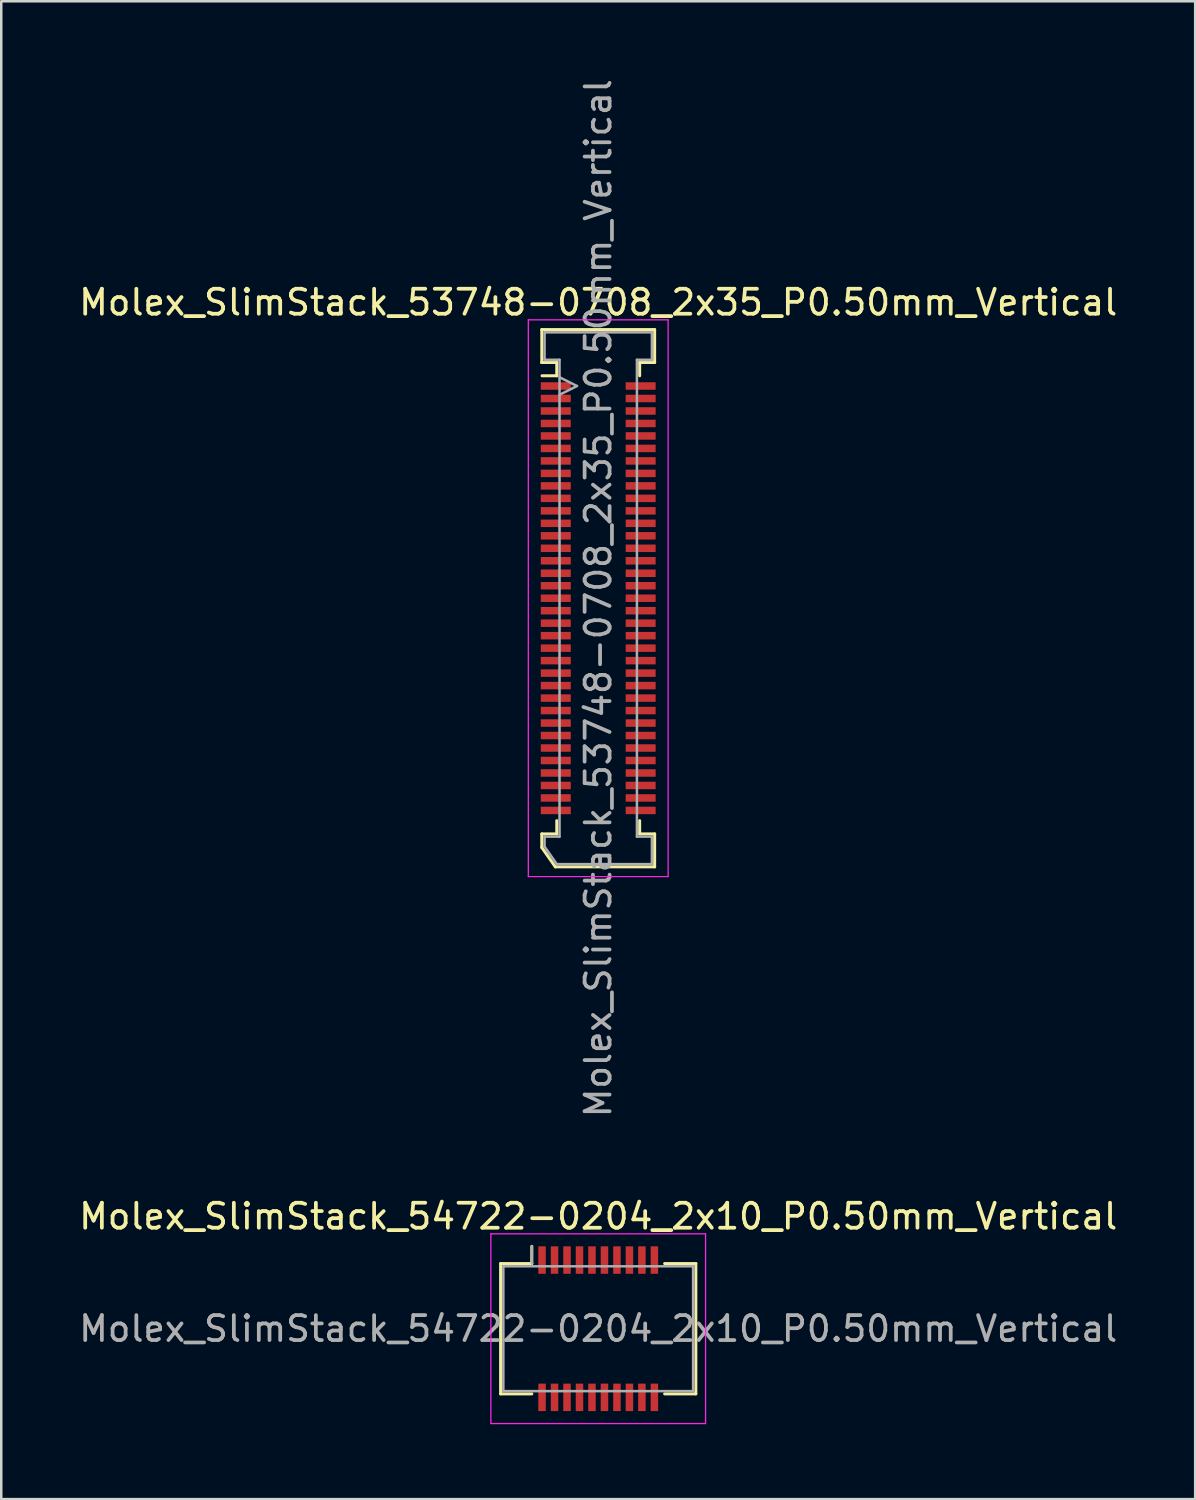
<source format=kicad_pcb>
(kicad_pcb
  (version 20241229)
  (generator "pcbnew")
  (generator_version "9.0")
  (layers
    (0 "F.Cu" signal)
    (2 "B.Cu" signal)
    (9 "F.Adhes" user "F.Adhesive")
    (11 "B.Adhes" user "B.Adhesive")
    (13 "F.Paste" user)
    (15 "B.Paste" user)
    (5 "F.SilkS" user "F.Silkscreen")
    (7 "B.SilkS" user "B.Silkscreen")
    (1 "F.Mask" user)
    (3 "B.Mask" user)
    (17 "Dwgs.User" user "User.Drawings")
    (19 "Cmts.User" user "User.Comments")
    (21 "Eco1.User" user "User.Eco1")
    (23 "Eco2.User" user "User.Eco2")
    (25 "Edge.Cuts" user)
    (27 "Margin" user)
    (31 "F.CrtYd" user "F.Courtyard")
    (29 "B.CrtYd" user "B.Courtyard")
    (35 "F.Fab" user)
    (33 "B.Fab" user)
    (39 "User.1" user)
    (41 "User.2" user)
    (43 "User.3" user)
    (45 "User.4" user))
  (footprint "Molex_SlimStack_53748-0708_2x35_P0.50mm_Vertical"
    (layer "F.Cu")
    (at 20.911 20.911)
    (property "Reference" "Molex_SlimStack_53748-0708_2x35_P0.50mm_Vertical" (at 0 -11.85 0) (layer "F.SilkS") (effects (font (size 1 1) (thickness 0.15))))
    (attr smd)
    (fp_line (start -2.26 -10.76) (end -2.26 -9.44) (stroke (width 0.12) (type solid)) (layer "F.SilkS"))
    (fp_line (start -2.26 -9.44) (end -2.26 -9.44) (stroke (width 0.12) (type solid)) (layer "F.SilkS"))
    (fp_line (start -2.26 -9.44) (end -1.66 -9.44) (stroke (width 0.12) (type solid)) (layer "F.SilkS"))
    (fp_line (start -2.26 9.44) (end -1.66 9.44) (stroke (width 0.12) (type solid)) (layer "F.SilkS"))
    (fp_line (start -2.26 9.985) (end -2.26 9.44) (stroke (width 0.12) (type solid)) (layer "F.SilkS"))
    (fp_line (start -1.717 10.76) (end -2.26 9.985) (stroke (width 0.12) (type solid)) (layer "F.SilkS"))
    (fp_line (start -1.66 -9.44) (end -1.66 -8.91) (stroke (width 0.12) (type solid)) (layer "F.SilkS"))
    (fp_line (start -1.66 -8.91) (end -2.25 -8.91) (stroke (width 0.12) (type solid)) (layer "F.SilkS"))
    (fp_line (start -1.66 9.44) (end -1.66 8.91) (stroke (width 0.12) (type solid)) (layer "F.SilkS"))
    (fp_line (start 1.66 -9.44) (end 2.26 -9.44) (stroke (width 0.12) (type solid)) (layer "F.SilkS"))
    (fp_line (start 1.66 -8.91) (end 1.66 -9.44) (stroke (width 0.12) (type solid)) (layer "F.SilkS"))
    (fp_line (start 1.66 8.91) (end 1.66 9.44) (stroke (width 0.12) (type solid)) (layer "F.SilkS"))
    (fp_line (start 1.66 9.44) (end 2.26 9.44) (stroke (width 0.12) (type solid)) (layer "F.SilkS"))
    (fp_line (start 2.26 -10.76) (end -2.26 -10.76) (stroke (width 0.12) (type solid)) (layer "F.SilkS"))
    (fp_line (start 2.26 -9.44) (end 2.26 -10.76) (stroke (width 0.12) (type solid)) (layer "F.SilkS"))
    (fp_line (start 2.26 9.44) (end 2.26 10.76) (stroke (width 0.12) (type solid)) (layer "F.SilkS"))
    (fp_line (start 2.26 10.76) (end -1.717 10.76) (stroke (width 0.12) (type solid)) (layer "F.SilkS"))
    (fp_line (start -2.8 -11.15) (end -2.8 11.15) (stroke (width 0.05) (type solid)) (layer "F.CrtYd"))
    (fp_line (start -2.8 11.15) (end 2.8 11.15) (stroke (width 0.05) (type solid)) (layer "F.CrtYd"))
    (fp_line (start 2.8 -11.15) (end -2.8 -11.15) (stroke (width 0.05) (type solid)) (layer "F.CrtYd"))
    (fp_line (start 2.8 11.15) (end 2.8 -11.15) (stroke (width 0.05) (type solid)) (layer "F.CrtYd"))
    (fp_line (start -2.15 -10.65) (end -2.15 -9.55) (stroke (width 0.1) (type solid)) (layer "F.Fab"))
    (fp_line (start -2.15 -9.55) (end -1.55 -9.55) (stroke (width 0.1) (type solid)) (layer "F.Fab"))
    (fp_line (start -2.15 9.55) (end -2.15 9.95) (stroke (width 0.1) (type solid)) (layer "F.Fab"))
    (fp_line (start -2.15 9.95) (end -1.66 10.65) (stroke (width 0.1) (type solid)) (layer "F.Fab"))
    (fp_line (start -1.66 10.65) (end 2.15 10.65) (stroke (width 0.1) (type solid)) (layer "F.Fab"))
    (fp_line (start -1.55 -9.55) (end -1.55 9.55) (stroke (width 0.1) (type solid)) (layer "F.Fab"))
    (fp_line (start -1.55 9.55) (end -2.15 9.55) (stroke (width 0.1) (type solid)) (layer "F.Fab"))
    (fp_line (start -0.85 -8.5) (end -1.55 -8.85) (stroke (width 0.1) (type solid)) (layer "F.Fab"))
    (fp_line (start -0.85 -8.5) (end -1.55 -8.15) (stroke (width 0.1) (type solid)) (layer "F.Fab"))
    (fp_line (start 1.55 -9.55) (end 2.15 -9.55) (stroke (width 0.1) (type solid)) (layer "F.Fab"))
    (fp_line (start 1.55 9.55) (end 1.55 -9.55) (stroke (width 0.1) (type solid)) (layer "F.Fab"))
    (fp_line (start 2.15 -10.65) (end -2.15 -10.65) (stroke (width 0.1) (type solid)) (layer "F.Fab"))
    (fp_line (start 2.15 -9.55) (end 2.15 -10.65) (stroke (width 0.1) (type solid)) (layer "F.Fab"))
    (fp_line (start 2.15 9.55) (end 1.55 9.55) (stroke (width 0.1) (type solid)) (layer "F.Fab"))
    (fp_line (start 2.15 10.65) (end 2.15 9.55) (stroke (width 0.1) (type solid)) (layer "F.Fab"))
    (fp_text user "${REFERENCE}" (at 0 0 90) (layer "F.Fab") (effects (font (size 1 1) (thickness 0.15))))
    (pad "1" smd rect (at -1.7 -8.5) (size 1.2 0.3) (layers "F.Cu" "F.Mask" "F.Paste"))
    (pad "2" smd rect (at 1.7 -8.5) (size 1.2 0.3) (layers "F.Cu" "F.Mask" "F.Paste"))
    (pad "3" smd rect (at -1.7 -8) (size 1.2 0.3) (layers "F.Cu" "F.Mask" "F.Paste"))
    (pad "4" smd rect (at 1.7 -8) (size 1.2 0.3) (layers "F.Cu" "F.Mask" "F.Paste"))
    (pad "5" smd rect (at -1.7 -7.5) (size 1.2 0.3) (layers "F.Cu" "F.Mask" "F.Paste"))
    (pad "6" smd rect (at 1.7 -7.5) (size 1.2 0.3) (layers "F.Cu" "F.Mask" "F.Paste"))
    (pad "7" smd rect (at -1.7 -7) (size 1.2 0.3) (layers "F.Cu" "F.Mask" "F.Paste"))
    (pad "8" smd rect (at 1.7 -7) (size 1.2 0.3) (layers "F.Cu" "F.Mask" "F.Paste"))
    (pad "9" smd rect (at -1.7 -6.5) (size 1.2 0.3) (layers "F.Cu" "F.Mask" "F.Paste"))
    (pad "10" smd rect (at 1.7 -6.5) (size 1.2 0.3) (layers "F.Cu" "F.Mask" "F.Paste"))
    (pad "11" smd rect (at -1.7 -6) (size 1.2 0.3) (layers "F.Cu" "F.Mask" "F.Paste"))
    (pad "12" smd rect (at 1.7 -6) (size 1.2 0.3) (layers "F.Cu" "F.Mask" "F.Paste"))
    (pad "13" smd rect (at -1.7 -5.5) (size 1.2 0.3) (layers "F.Cu" "F.Mask" "F.Paste"))
    (pad "14" smd rect (at 1.7 -5.5) (size 1.2 0.3) (layers "F.Cu" "F.Mask" "F.Paste"))
    (pad "15" smd rect (at -1.7 -5) (size 1.2 0.3) (layers "F.Cu" "F.Mask" "F.Paste"))
    (pad "16" smd rect (at 1.7 -5) (size 1.2 0.3) (layers "F.Cu" "F.Mask" "F.Paste"))
    (pad "17" smd rect (at -1.7 -4.5) (size 1.2 0.3) (layers "F.Cu" "F.Mask" "F.Paste"))
    (pad "18" smd rect (at 1.7 -4.5) (size 1.2 0.3) (layers "F.Cu" "F.Mask" "F.Paste"))
    (pad "19" smd rect (at -1.7 -4) (size 1.2 0.3) (layers "F.Cu" "F.Mask" "F.Paste"))
    (pad "20" smd rect (at 1.7 -4) (size 1.2 0.3) (layers "F.Cu" "F.Mask" "F.Paste"))
    (pad "21" smd rect (at -1.7 -3.5) (size 1.2 0.3) (layers "F.Cu" "F.Mask" "F.Paste"))
    (pad "22" smd rect (at 1.7 -3.5) (size 1.2 0.3) (layers "F.Cu" "F.Mask" "F.Paste"))
    (pad "23" smd rect (at -1.7 -3) (size 1.2 0.3) (layers "F.Cu" "F.Mask" "F.Paste"))
    (pad "24" smd rect (at 1.7 -3) (size 1.2 0.3) (layers "F.Cu" "F.Mask" "F.Paste"))
    (pad "25" smd rect (at -1.7 -2.5) (size 1.2 0.3) (layers "F.Cu" "F.Mask" "F.Paste"))
    (pad "26" smd rect (at 1.7 -2.5) (size 1.2 0.3) (layers "F.Cu" "F.Mask" "F.Paste"))
    (pad "27" smd rect (at -1.7 -2) (size 1.2 0.3) (layers "F.Cu" "F.Mask" "F.Paste"))
    (pad "28" smd rect (at 1.7 -2) (size 1.2 0.3) (layers "F.Cu" "F.Mask" "F.Paste"))
    (pad "29" smd rect (at -1.7 -1.5) (size 1.2 0.3) (layers "F.Cu" "F.Mask" "F.Paste"))
    (pad "30" smd rect (at 1.7 -1.5) (size 1.2 0.3) (layers "F.Cu" "F.Mask" "F.Paste"))
    (pad "31" smd rect (at -1.7 -1) (size 1.2 0.3) (layers "F.Cu" "F.Mask" "F.Paste"))
    (pad "32" smd rect (at 1.7 -1) (size 1.2 0.3) (layers "F.Cu" "F.Mask" "F.Paste"))
    (pad "33" smd rect (at -1.7 -0.5) (size 1.2 0.3) (layers "F.Cu" "F.Mask" "F.Paste"))
    (pad "34" smd rect (at 1.7 -0.5) (size 1.2 0.3) (layers "F.Cu" "F.Mask" "F.Paste"))
    (pad "35" smd rect (at -1.7 0) (size 1.2 0.3) (layers "F.Cu" "F.Mask" "F.Paste"))
    (pad "36" smd rect (at 1.7 0) (size 1.2 0.3) (layers "F.Cu" "F.Mask" "F.Paste"))
    (pad "37" smd rect (at -1.7 0.5) (size 1.2 0.3) (layers "F.Cu" "F.Mask" "F.Paste"))
    (pad "38" smd rect (at 1.7 0.5) (size 1.2 0.3) (layers "F.Cu" "F.Mask" "F.Paste"))
    (pad "39" smd rect (at -1.7 1) (size 1.2 0.3) (layers "F.Cu" "F.Mask" "F.Paste"))
    (pad "40" smd rect (at 1.7 1) (size 1.2 0.3) (layers "F.Cu" "F.Mask" "F.Paste"))
    (pad "41" smd rect (at -1.7 1.5) (size 1.2 0.3) (layers "F.Cu" "F.Mask" "F.Paste"))
    (pad "42" smd rect (at 1.7 1.5) (size 1.2 0.3) (layers "F.Cu" "F.Mask" "F.Paste"))
    (pad "43" smd rect (at -1.7 2) (size 1.2 0.3) (layers "F.Cu" "F.Mask" "F.Paste"))
    (pad "44" smd rect (at 1.7 2) (size 1.2 0.3) (layers "F.Cu" "F.Mask" "F.Paste"))
    (pad "45" smd rect (at -1.7 2.5) (size 1.2 0.3) (layers "F.Cu" "F.Mask" "F.Paste"))
    (pad "46" smd rect (at 1.7 2.5) (size 1.2 0.3) (layers "F.Cu" "F.Mask" "F.Paste"))
    (pad "47" smd rect (at -1.7 3) (size 1.2 0.3) (layers "F.Cu" "F.Mask" "F.Paste"))
    (pad "48" smd rect (at 1.7 3) (size 1.2 0.3) (layers "F.Cu" "F.Mask" "F.Paste"))
    (pad "49" smd rect (at -1.7 3.5) (size 1.2 0.3) (layers "F.Cu" "F.Mask" "F.Paste"))
    (pad "50" smd rect (at 1.7 3.5) (size 1.2 0.3) (layers "F.Cu" "F.Mask" "F.Paste"))
    (pad "51" smd rect (at -1.7 4) (size 1.2 0.3) (layers "F.Cu" "F.Mask" "F.Paste"))
    (pad "52" smd rect (at 1.7 4) (size 1.2 0.3) (layers "F.Cu" "F.Mask" "F.Paste"))
    (pad "53" smd rect (at -1.7 4.5) (size 1.2 0.3) (layers "F.Cu" "F.Mask" "F.Paste"))
    (pad "54" smd rect (at 1.7 4.5) (size 1.2 0.3) (layers "F.Cu" "F.Mask" "F.Paste"))
    (pad "55" smd rect (at -1.7 5) (size 1.2 0.3) (layers "F.Cu" "F.Mask" "F.Paste"))
    (pad "56" smd rect (at 1.7 5) (size 1.2 0.3) (layers "F.Cu" "F.Mask" "F.Paste"))
    (pad "57" smd rect (at -1.7 5.5) (size 1.2 0.3) (layers "F.Cu" "F.Mask" "F.Paste"))
    (pad "58" smd rect (at 1.7 5.5) (size 1.2 0.3) (layers "F.Cu" "F.Mask" "F.Paste"))
    (pad "59" smd rect (at -1.7 6) (size 1.2 0.3) (layers "F.Cu" "F.Mask" "F.Paste"))
    (pad "60" smd rect (at 1.7 6) (size 1.2 0.3) (layers "F.Cu" "F.Mask" "F.Paste"))
    (pad "61" smd rect (at -1.7 6.5) (size 1.2 0.3) (layers "F.Cu" "F.Mask" "F.Paste"))
    (pad "62" smd rect (at 1.7 6.5) (size 1.2 0.3) (layers "F.Cu" "F.Mask" "F.Paste"))
    (pad "63" smd rect (at -1.7 7) (size 1.2 0.3) (layers "F.Cu" "F.Mask" "F.Paste"))
    (pad "64" smd rect (at 1.7 7) (size 1.2 0.3) (layers "F.Cu" "F.Mask" "F.Paste"))
    (pad "65" smd rect (at -1.7 7.5) (size 1.2 0.3) (layers "F.Cu" "F.Mask" "F.Paste"))
    (pad "66" smd rect (at 1.7 7.5) (size 1.2 0.3) (layers "F.Cu" "F.Mask" "F.Paste"))
    (pad "67" smd rect (at -1.7 8) (size 1.2 0.3) (layers "F.Cu" "F.Mask" "F.Paste"))
    (pad "68" smd rect (at 1.7 8) (size 1.2 0.3) (layers "F.Cu" "F.Mask" "F.Paste"))
    (pad "69" smd rect (at -1.7 8.5) (size 1.2 0.3) (layers "F.Cu" "F.Mask" "F.Paste"))
    (pad "70" smd rect (at 1.7 8.5) (size 1.2 0.3) (layers "F.Cu" "F.Mask" "F.Paste")))
  (footprint "Molex_SlimStack_54722-0204_2x10_P0.50mm_Vertical"
    (layer "F.Cu")
    (at 20.911 50.17)
    (property "Reference" "Molex_SlimStack_54722-0204_2x10_P0.50mm_Vertical" (at 0 -4.5 0) (layer "F.SilkS") (effects (font (size 1 1) (thickness 0.15))))
    (attr smd)
    (fp_line (start -3.91 -2.61) (end -2.66 -2.61) (stroke (width 0.12) (type solid)) (layer "F.SilkS"))
    (fp_line (start -3.91 2.61) (end -3.91 -2.61) (stroke (width 0.12) (type solid)) (layer "F.SilkS"))
    (fp_line (start -2.66 -2.61) (end -2.66 -3.3) (stroke (width 0.12) (type solid)) (layer "F.SilkS"))
    (fp_line (start -2.66 2.61) (end -3.91 2.61) (stroke (width 0.12) (type solid)) (layer "F.SilkS"))
    (fp_line (start 2.66 2.61) (end 3.91 2.61) (stroke (width 0.12) (type solid)) (layer "F.SilkS"))
    (fp_line (start 3.91 -2.61) (end 2.66 -2.61) (stroke (width 0.12) (type solid)) (layer "F.SilkS"))
    (fp_line (start 3.91 2.61) (end 3.91 -2.61) (stroke (width 0.12) (type solid)) (layer "F.SilkS"))
    (fp_line (start -4.3 -3.8) (end -4.3 3.8) (stroke (width 0.05) (type solid)) (layer "F.CrtYd"))
    (fp_line (start -4.3 3.8) (end 4.3 3.8) (stroke (width 0.05) (type solid)) (layer "F.CrtYd"))
    (fp_line (start 4.3 -3.8) (end -4.3 -3.8) (stroke (width 0.05) (type solid)) (layer "F.CrtYd"))
    (fp_line (start 4.3 3.8) (end 4.3 -3.8) (stroke (width 0.05) (type solid)) (layer "F.CrtYd"))
    (fp_line (start -3.8 -2.5) (end -3.8 2.5) (stroke (width 0.1) (type solid)) (layer "F.Fab"))
    (fp_line (start -3.8 2.5) (end 3.8 2.5) (stroke (width 0.1) (type solid)) (layer "F.Fab"))
    (fp_line (start -2.66 -2.61) (end -2.66 -3.3) (stroke (width 0.1) (type solid)) (layer "F.Fab"))
    (fp_line (start 3.8 -2.5) (end -3.8 -2.5) (stroke (width 0.1) (type solid)) (layer "F.Fab"))
    (fp_line (start 3.8 2.5) (end 3.8 -2.5) (stroke (width 0.1) (type solid)) (layer "F.Fab"))
    (fp_text user "${REFERENCE}" (at 0 0 0) (layer "F.Fab") (effects (font (size 1 1) (thickness 0.15))))
    (pad "1" smd rect (at -2.25 -2.75) (size 0.3 1.1) (layers "F.Cu" "F.Mask" "F.Paste"))
    (pad "2" smd rect (at -2.25 2.75) (size 0.3 1.1) (layers "F.Cu" "F.Mask" "F.Paste"))
    (pad "3" smd rect (at -1.75 -2.75) (size 0.3 1.1) (layers "F.Cu" "F.Mask" "F.Paste"))
    (pad "4" smd rect (at -1.75 2.75) (size 0.3 1.1) (layers "F.Cu" "F.Mask" "F.Paste"))
    (pad "5" smd rect (at -1.25 -2.75) (size 0.3 1.1) (layers "F.Cu" "F.Mask" "F.Paste"))
    (pad "6" smd rect (at -1.25 2.75) (size 0.3 1.1) (layers "F.Cu" "F.Mask" "F.Paste"))
    (pad "7" smd rect (at -0.75 -2.75) (size 0.3 1.1) (layers "F.Cu" "F.Mask" "F.Paste"))
    (pad "8" smd rect (at -0.75 2.75) (size 0.3 1.1) (layers "F.Cu" "F.Mask" "F.Paste"))
    (pad "9" smd rect (at -0.25 -2.75) (size 0.3 1.1) (layers "F.Cu" "F.Mask" "F.Paste"))
    (pad "10" smd rect (at -0.25 2.75) (size 0.3 1.1) (layers "F.Cu" "F.Mask" "F.Paste"))
    (pad "11" smd rect (at 0.25 -2.75) (size 0.3 1.1) (layers "F.Cu" "F.Mask" "F.Paste"))
    (pad "12" smd rect (at 0.25 2.75) (size 0.3 1.1) (layers "F.Cu" "F.Mask" "F.Paste"))
    (pad "13" smd rect (at 0.75 -2.75) (size 0.3 1.1) (layers "F.Cu" "F.Mask" "F.Paste"))
    (pad "14" smd rect (at 0.75 2.75) (size 0.3 1.1) (layers "F.Cu" "F.Mask" "F.Paste"))
    (pad "15" smd rect (at 1.25 -2.75) (size 0.3 1.1) (layers "F.Cu" "F.Mask" "F.Paste"))
    (pad "16" smd rect (at 1.25 2.75) (size 0.3 1.1) (layers "F.Cu" "F.Mask" "F.Paste"))
    (pad "17" smd rect (at 1.75 -2.75) (size 0.3 1.1) (layers "F.Cu" "F.Mask" "F.Paste"))
    (pad "18" smd rect (at 1.75 2.75) (size 0.3 1.1) (layers "F.Cu" "F.Mask" "F.Paste"))
    (pad "19" smd rect (at 2.25 -2.75) (size 0.3 1.1) (layers "F.Cu" "F.Mask" "F.Paste"))
    (pad "20" smd rect (at 2.25 2.75) (size 0.3 1.1) (layers "F.Cu" "F.Mask" "F.Paste")))
  (gr_rect
    (start -3 -3)
    (end 44.821 56.995)
    (stroke (width 0.1) (type default))
    (fill no)
    (layer "Edge.Cuts")))
</source>
